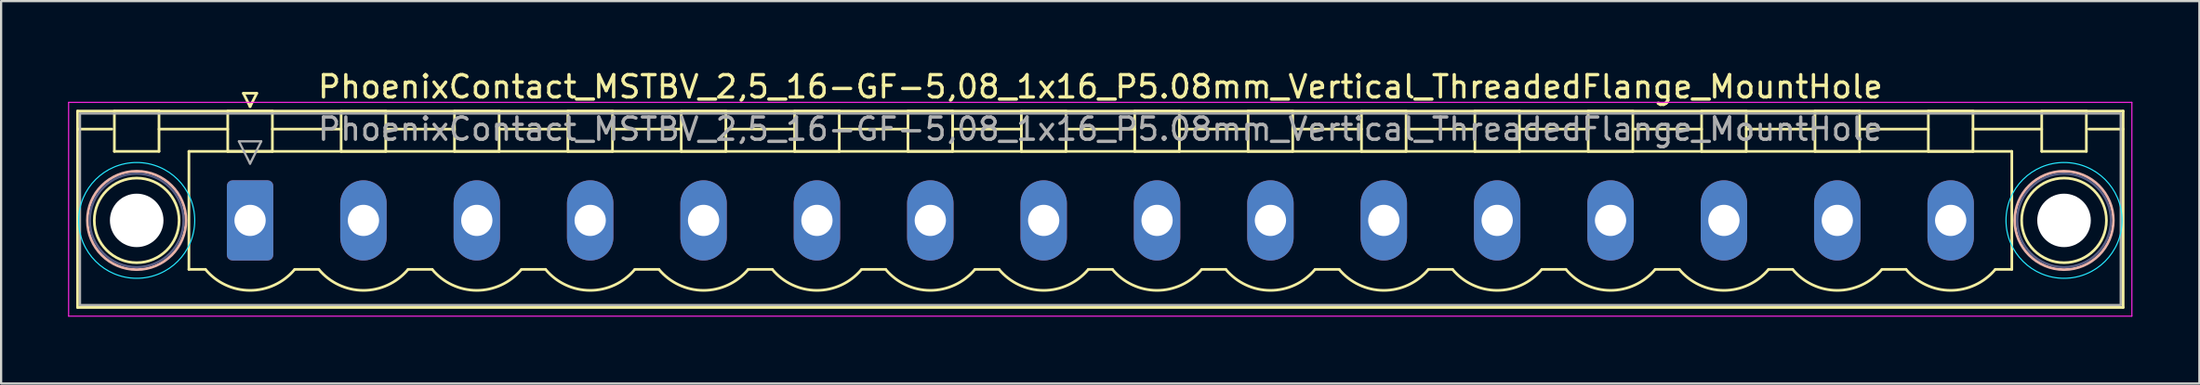
<source format=kicad_pcb>
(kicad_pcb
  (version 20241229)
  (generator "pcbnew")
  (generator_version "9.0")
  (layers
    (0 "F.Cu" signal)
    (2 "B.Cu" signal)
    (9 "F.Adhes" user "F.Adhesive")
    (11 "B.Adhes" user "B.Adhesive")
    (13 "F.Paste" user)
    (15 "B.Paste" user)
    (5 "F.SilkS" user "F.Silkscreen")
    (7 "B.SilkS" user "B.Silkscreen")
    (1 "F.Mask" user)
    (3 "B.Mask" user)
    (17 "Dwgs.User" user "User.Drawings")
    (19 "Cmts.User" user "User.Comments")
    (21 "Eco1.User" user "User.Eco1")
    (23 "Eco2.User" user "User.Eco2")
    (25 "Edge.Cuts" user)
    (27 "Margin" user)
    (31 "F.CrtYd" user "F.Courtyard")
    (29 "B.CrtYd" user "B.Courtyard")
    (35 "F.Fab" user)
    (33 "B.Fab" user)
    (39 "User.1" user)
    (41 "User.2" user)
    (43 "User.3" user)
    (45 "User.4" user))
  (footprint "PhoenixContact_MSTBV_2,5_16-GF-5,08_1x16_P5.08mm_Vertical_ThreadedFlange_MountHole"
    (layer "F.Cu")
    (at 8.155 6.848)
    (property "Reference" "PhoenixContact_MSTBV_2,5_16-GF-5,08_1x16_P5.08mm_Vertical_ThreadedFlange_MountHole" (at 38.1 -6 0) (layer "F.SilkS") (effects (font (size 1 1) (thickness 0.15))))
    (attr through_hole)
    (fp_line (start -7.73 -4.91) (end -7.73 3.91) (stroke (width 0.12) (type solid)) (layer "F.SilkS"))
    (fp_line (start -7.73 -4.1) (end -6.19 -4.1) (stroke (width 0.12) (type solid)) (layer "F.SilkS"))
    (fp_line (start -7.73 3.91) (end 83.93 3.91) (stroke (width 0.12) (type solid)) (layer "F.SilkS"))
    (fp_line (start -6.08 -4.91) (end -4.08 -4.91) (stroke (width 0.12) (type solid)) (layer "F.SilkS"))
    (fp_line (start -6.08 -3.1) (end -6.08 -4.91) (stroke (width 0.12) (type solid)) (layer "F.SilkS"))
    (fp_line (start -4.08 -4.91) (end -4.08 -3.1) (stroke (width 0.12) (type solid)) (layer "F.SilkS"))
    (fp_line (start -4.08 -4.1) (end -1 -4.1) (stroke (width 0.12) (type solid)) (layer "F.SilkS"))
    (fp_line (start -4.08 -3.1) (end -6.08 -3.1) (stroke (width 0.12) (type solid)) (layer "F.SilkS"))
    (fp_line (start -2.74 -3.1) (end 78.94 -3.1) (stroke (width 0.12) (type solid)) (layer "F.SilkS"))
    (fp_line (start -2.74 2.2) (end -2.74 -3.1) (stroke (width 0.12) (type solid)) (layer "F.SilkS"))
    (fp_line (start -2 2.2) (end -2.74 2.2) (stroke (width 0.12) (type solid)) (layer "F.SilkS"))
    (fp_line (start -1 -4.91) (end 1 -4.91) (stroke (width 0.12) (type solid)) (layer "F.SilkS"))
    (fp_line (start -1 -3.1) (end -1 -4.91) (stroke (width 0.12) (type solid)) (layer "F.SilkS"))
    (fp_line (start -0.3 -5.71) (end 0.3 -5.71) (stroke (width 0.12) (type solid)) (layer "F.SilkS"))
    (fp_line (start 0 -5.11) (end -0.3 -5.71) (stroke (width 0.12) (type solid)) (layer "F.SilkS"))
    (fp_line (start 0.3 -5.71) (end 0 -5.11) (stroke (width 0.12) (type solid)) (layer "F.SilkS"))
    (fp_line (start 1 -4.91) (end 1 -3.1) (stroke (width 0.12) (type solid)) (layer "F.SilkS"))
    (fp_line (start 1 -4.1) (end 4.08 -4.1) (stroke (width 0.12) (type solid)) (layer "F.SilkS"))
    (fp_line (start 1 -3.1) (end -1 -3.1) (stroke (width 0.12) (type solid)) (layer "F.SilkS"))
    (fp_line (start 2 2.2) (end 3.08 2.2) (stroke (width 0.12) (type solid)) (layer "F.SilkS"))
    (fp_line (start 4.08 -4.91) (end 6.08 -4.91) (stroke (width 0.12) (type solid)) (layer "F.SilkS"))
    (fp_line (start 4.08 -3.1) (end 4.08 -4.91) (stroke (width 0.12) (type solid)) (layer "F.SilkS"))
    (fp_line (start 6.08 -4.91) (end 6.08 -3.1) (stroke (width 0.12) (type solid)) (layer "F.SilkS"))
    (fp_line (start 6.08 -4.1) (end 9.16 -4.1) (stroke (width 0.12) (type solid)) (layer "F.SilkS"))
    (fp_line (start 6.08 -3.1) (end 4.08 -3.1) (stroke (width 0.12) (type solid)) (layer "F.SilkS"))
    (fp_line (start 7.08 2.2) (end 8.16 2.2) (stroke (width 0.12) (type solid)) (layer "F.SilkS"))
    (fp_line (start 9.16 -4.91) (end 11.16 -4.91) (stroke (width 0.12) (type solid)) (layer "F.SilkS"))
    (fp_line (start 9.16 -3.1) (end 9.16 -4.91) (stroke (width 0.12) (type solid)) (layer "F.SilkS"))
    (fp_line (start 11.16 -4.91) (end 11.16 -3.1) (stroke (width 0.12) (type solid)) (layer "F.SilkS"))
    (fp_line (start 11.16 -4.1) (end 14.24 -4.1) (stroke (width 0.12) (type solid)) (layer "F.SilkS"))
    (fp_line (start 11.16 -3.1) (end 9.16 -3.1) (stroke (width 0.12) (type solid)) (layer "F.SilkS"))
    (fp_line (start 12.16 2.2) (end 13.24 2.2) (stroke (width 0.12) (type solid)) (layer "F.SilkS"))
    (fp_line (start 14.24 -4.91) (end 16.24 -4.91) (stroke (width 0.12) (type solid)) (layer "F.SilkS"))
    (fp_line (start 14.24 -3.1) (end 14.24 -4.91) (stroke (width 0.12) (type solid)) (layer "F.SilkS"))
    (fp_line (start 16.24 -4.91) (end 16.24 -3.1) (stroke (width 0.12) (type solid)) (layer "F.SilkS"))
    (fp_line (start 16.24 -4.1) (end 19.32 -4.1) (stroke (width 0.12) (type solid)) (layer "F.SilkS"))
    (fp_line (start 16.24 -3.1) (end 14.24 -3.1) (stroke (width 0.12) (type solid)) (layer "F.SilkS"))
    (fp_line (start 17.24 2.2) (end 18.32 2.2) (stroke (width 0.12) (type solid)) (layer "F.SilkS"))
    (fp_line (start 19.32 -4.91) (end 21.32 -4.91) (stroke (width 0.12) (type solid)) (layer "F.SilkS"))
    (fp_line (start 19.32 -3.1) (end 19.32 -4.91) (stroke (width 0.12) (type solid)) (layer "F.SilkS"))
    (fp_line (start 21.32 -4.91) (end 21.32 -3.1) (stroke (width 0.12) (type solid)) (layer "F.SilkS"))
    (fp_line (start 21.32 -4.1) (end 24.4 -4.1) (stroke (width 0.12) (type solid)) (layer "F.SilkS"))
    (fp_line (start 21.32 -3.1) (end 19.32 -3.1) (stroke (width 0.12) (type solid)) (layer "F.SilkS"))
    (fp_line (start 22.32 2.2) (end 23.4 2.2) (stroke (width 0.12) (type solid)) (layer "F.SilkS"))
    (fp_line (start 24.4 -4.91) (end 26.4 -4.91) (stroke (width 0.12) (type solid)) (layer "F.SilkS"))
    (fp_line (start 24.4 -3.1) (end 24.4 -4.91) (stroke (width 0.12) (type solid)) (layer "F.SilkS"))
    (fp_line (start 26.4 -4.91) (end 26.4 -3.1) (stroke (width 0.12) (type solid)) (layer "F.SilkS"))
    (fp_line (start 26.4 -4.1) (end 29.48 -4.1) (stroke (width 0.12) (type solid)) (layer "F.SilkS"))
    (fp_line (start 26.4 -3.1) (end 24.4 -3.1) (stroke (width 0.12) (type solid)) (layer "F.SilkS"))
    (fp_line (start 27.4 2.2) (end 28.48 2.2) (stroke (width 0.12) (type solid)) (layer "F.SilkS"))
    (fp_line (start 29.48 -4.91) (end 31.48 -4.91) (stroke (width 0.12) (type solid)) (layer "F.SilkS"))
    (fp_line (start 29.48 -3.1) (end 29.48 -4.91) (stroke (width 0.12) (type solid)) (layer "F.SilkS"))
    (fp_line (start 31.48 -4.91) (end 31.48 -3.1) (stroke (width 0.12) (type solid)) (layer "F.SilkS"))
    (fp_line (start 31.48 -4.1) (end 34.56 -4.1) (stroke (width 0.12) (type solid)) (layer "F.SilkS"))
    (fp_line (start 31.48 -3.1) (end 29.48 -3.1) (stroke (width 0.12) (type solid)) (layer "F.SilkS"))
    (fp_line (start 32.48 2.2) (end 33.56 2.2) (stroke (width 0.12) (type solid)) (layer "F.SilkS"))
    (fp_line (start 34.56 -4.91) (end 36.56 -4.91) (stroke (width 0.12) (type solid)) (layer "F.SilkS"))
    (fp_line (start 34.56 -3.1) (end 34.56 -4.91) (stroke (width 0.12) (type solid)) (layer "F.SilkS"))
    (fp_line (start 36.56 -4.91) (end 36.56 -3.1) (stroke (width 0.12) (type solid)) (layer "F.SilkS"))
    (fp_line (start 36.56 -4.1) (end 39.64 -4.1) (stroke (width 0.12) (type solid)) (layer "F.SilkS"))
    (fp_line (start 36.56 -3.1) (end 34.56 -3.1) (stroke (width 0.12) (type solid)) (layer "F.SilkS"))
    (fp_line (start 37.56 2.2) (end 38.64 2.2) (stroke (width 0.12) (type solid)) (layer "F.SilkS"))
    (fp_line (start 39.64 -4.91) (end 41.64 -4.91) (stroke (width 0.12) (type solid)) (layer "F.SilkS"))
    (fp_line (start 39.64 -3.1) (end 39.64 -4.91) (stroke (width 0.12) (type solid)) (layer "F.SilkS"))
    (fp_line (start 41.64 -4.91) (end 41.64 -3.1) (stroke (width 0.12) (type solid)) (layer "F.SilkS"))
    (fp_line (start 41.64 -4.1) (end 44.72 -4.1) (stroke (width 0.12) (type solid)) (layer "F.SilkS"))
    (fp_line (start 41.64 -3.1) (end 39.64 -3.1) (stroke (width 0.12) (type solid)) (layer "F.SilkS"))
    (fp_line (start 42.64 2.2) (end 43.72 2.2) (stroke (width 0.12) (type solid)) (layer "F.SilkS"))
    (fp_line (start 44.72 -4.91) (end 46.72 -4.91) (stroke (width 0.12) (type solid)) (layer "F.SilkS"))
    (fp_line (start 44.72 -3.1) (end 44.72 -4.91) (stroke (width 0.12) (type solid)) (layer "F.SilkS"))
    (fp_line (start 46.72 -4.91) (end 46.72 -3.1) (stroke (width 0.12) (type solid)) (layer "F.SilkS"))
    (fp_line (start 46.72 -4.1) (end 49.8 -4.1) (stroke (width 0.12) (type solid)) (layer "F.SilkS"))
    (fp_line (start 46.72 -3.1) (end 44.72 -3.1) (stroke (width 0.12) (type solid)) (layer "F.SilkS"))
    (fp_line (start 47.72 2.2) (end 48.8 2.2) (stroke (width 0.12) (type solid)) (layer "F.SilkS"))
    (fp_line (start 49.8 -4.91) (end 51.8 -4.91) (stroke (width 0.12) (type solid)) (layer "F.SilkS"))
    (fp_line (start 49.8 -3.1) (end 49.8 -4.91) (stroke (width 0.12) (type solid)) (layer "F.SilkS"))
    (fp_line (start 51.8 -4.91) (end 51.8 -3.1) (stroke (width 0.12) (type solid)) (layer "F.SilkS"))
    (fp_line (start 51.8 -4.1) (end 54.88 -4.1) (stroke (width 0.12) (type solid)) (layer "F.SilkS"))
    (fp_line (start 51.8 -3.1) (end 49.8 -3.1) (stroke (width 0.12) (type solid)) (layer "F.SilkS"))
    (fp_line (start 52.8 2.2) (end 53.88 2.2) (stroke (width 0.12) (type solid)) (layer "F.SilkS"))
    (fp_line (start 54.88 -4.91) (end 56.88 -4.91) (stroke (width 0.12) (type solid)) (layer "F.SilkS"))
    (fp_line (start 54.88 -3.1) (end 54.88 -4.91) (stroke (width 0.12) (type solid)) (layer "F.SilkS"))
    (fp_line (start 56.88 -4.91) (end 56.88 -3.1) (stroke (width 0.12) (type solid)) (layer "F.SilkS"))
    (fp_line (start 56.88 -4.1) (end 59.96 -4.1) (stroke (width 0.12) (type solid)) (layer "F.SilkS"))
    (fp_line (start 56.88 -3.1) (end 54.88 -3.1) (stroke (width 0.12) (type solid)) (layer "F.SilkS"))
    (fp_line (start 57.88 2.2) (end 58.96 2.2) (stroke (width 0.12) (type solid)) (layer "F.SilkS"))
    (fp_line (start 59.96 -4.91) (end 61.96 -4.91) (stroke (width 0.12) (type solid)) (layer "F.SilkS"))
    (fp_line (start 59.96 -3.1) (end 59.96 -4.91) (stroke (width 0.12) (type solid)) (layer "F.SilkS"))
    (fp_line (start 61.96 -4.91) (end 61.96 -3.1) (stroke (width 0.12) (type solid)) (layer "F.SilkS"))
    (fp_line (start 61.96 -4.1) (end 65.04 -4.1) (stroke (width 0.12) (type solid)) (layer "F.SilkS"))
    (fp_line (start 61.96 -3.1) (end 59.96 -3.1) (stroke (width 0.12) (type solid)) (layer "F.SilkS"))
    (fp_line (start 62.96 2.2) (end 64.04 2.2) (stroke (width 0.12) (type solid)) (layer "F.SilkS"))
    (fp_line (start 65.04 -4.91) (end 67.04 -4.91) (stroke (width 0.12) (type solid)) (layer "F.SilkS"))
    (fp_line (start 65.04 -3.1) (end 65.04 -4.91) (stroke (width 0.12) (type solid)) (layer "F.SilkS"))
    (fp_line (start 67.04 -4.91) (end 67.04 -3.1) (stroke (width 0.12) (type solid)) (layer "F.SilkS"))
    (fp_line (start 67.04 -4.1) (end 70.12 -4.1) (stroke (width 0.12) (type solid)) (layer "F.SilkS"))
    (fp_line (start 67.04 -3.1) (end 65.04 -3.1) (stroke (width 0.12) (type solid)) (layer "F.SilkS"))
    (fp_line (start 68.04 2.2) (end 69.12 2.2) (stroke (width 0.12) (type solid)) (layer "F.SilkS"))
    (fp_line (start 70.12 -4.91) (end 72.12 -4.91) (stroke (width 0.12) (type solid)) (layer "F.SilkS"))
    (fp_line (start 70.12 -3.1) (end 70.12 -4.91) (stroke (width 0.12) (type solid)) (layer "F.SilkS"))
    (fp_line (start 72.12 -4.91) (end 72.12 -3.1) (stroke (width 0.12) (type solid)) (layer "F.SilkS"))
    (fp_line (start 72.12 -4.1) (end 75.2 -4.1) (stroke (width 0.12) (type solid)) (layer "F.SilkS"))
    (fp_line (start 72.12 -3.1) (end 70.12 -3.1) (stroke (width 0.12) (type solid)) (layer "F.SilkS"))
    (fp_line (start 73.12 2.2) (end 74.2 2.2) (stroke (width 0.12) (type solid)) (layer "F.SilkS"))
    (fp_line (start 75.2 -4.91) (end 77.2 -4.91) (stroke (width 0.12) (type solid)) (layer "F.SilkS"))
    (fp_line (start 75.2 -3.1) (end 75.2 -4.91) (stroke (width 0.12) (type solid)) (layer "F.SilkS"))
    (fp_line (start 77.2 -4.91) (end 77.2 -3.1) (stroke (width 0.12) (type solid)) (layer "F.SilkS"))
    (fp_line (start 77.2 -4.1) (end 80.28 -4.1) (stroke (width 0.12) (type solid)) (layer "F.SilkS"))
    (fp_line (start 77.2 -3.1) (end 75.2 -3.1) (stroke (width 0.12) (type solid)) (layer "F.SilkS"))
    (fp_line (start 78.94 -3.1) (end 78.94 2.2) (stroke (width 0.12) (type solid)) (layer "F.SilkS"))
    (fp_line (start 78.94 2.2) (end 78.2 2.2) (stroke (width 0.12) (type solid)) (layer "F.SilkS"))
    (fp_line (start 80.28 -4.91) (end 82.28 -4.91) (stroke (width 0.12) (type solid)) (layer "F.SilkS"))
    (fp_line (start 80.28 -3.1) (end 80.28 -4.91) (stroke (width 0.12) (type solid)) (layer "F.SilkS"))
    (fp_line (start 82.28 -4.91) (end 82.28 -3.1) (stroke (width 0.12) (type solid)) (layer "F.SilkS"))
    (fp_line (start 82.28 -3.1) (end 80.28 -3.1) (stroke (width 0.12) (type solid)) (layer "F.SilkS"))
    (fp_line (start 83.93 -4.91) (end -7.73 -4.91) (stroke (width 0.12) (type solid)) (layer "F.SilkS"))
    (fp_line (start 83.93 -4.1) (end 82.39 -4.1) (stroke (width 0.12) (type solid)) (layer "F.SilkS"))
    (fp_line (start 83.93 3.91) (end 83.93 -4.91) (stroke (width 0.12) (type solid)) (layer "F.SilkS"))
    (fp_arc (start 1.986842 2.215821) (mid -0.010289 3.142758) (end -2 2.2) (stroke (width 0.12) (type solid)) (layer "F.SilkS"))
    (fp_arc (start 7.066842 2.215821) (mid 5.069711 3.142758) (end 3.08 2.2) (stroke (width 0.12) (type solid)) (layer "F.SilkS"))
    (fp_arc (start 12.146842 2.215821) (mid 10.149711 3.142758) (end 8.16 2.2) (stroke (width 0.12) (type solid)) (layer "F.SilkS"))
    (fp_arc (start 17.226842 2.215821) (mid 15.229711 3.142758) (end 13.24 2.2) (stroke (width 0.12) (type solid)) (layer "F.SilkS"))
    (fp_arc (start 22.306842 2.215821) (mid 20.309711 3.142758) (end 18.32 2.2) (stroke (width 0.12) (type solid)) (layer "F.SilkS"))
    (fp_arc (start 27.386842 2.215821) (mid 25.389711 3.142758) (end 23.4 2.2) (stroke (width 0.12) (type solid)) (layer "F.SilkS"))
    (fp_arc (start 32.466842 2.215821) (mid 30.469711 3.142758) (end 28.48 2.2) (stroke (width 0.12) (type solid)) (layer "F.SilkS"))
    (fp_arc (start 37.546842 2.215821) (mid 35.549711 3.142758) (end 33.56 2.2) (stroke (width 0.12) (type solid)) (layer "F.SilkS"))
    (fp_arc (start 42.626842 2.215821) (mid 40.629711 3.142758) (end 38.64 2.2) (stroke (width 0.12) (type solid)) (layer "F.SilkS"))
    (fp_arc (start 47.706842 2.215821) (mid 45.709711 3.142758) (end 43.72 2.2) (stroke (width 0.12) (type solid)) (layer "F.SilkS"))
    (fp_arc (start 52.786842 2.215821) (mid 50.789711 3.142758) (end 48.8 2.2) (stroke (width 0.12) (type solid)) (layer "F.SilkS"))
    (fp_arc (start 57.866842 2.215821) (mid 55.869711 3.142758) (end 53.88 2.2) (stroke (width 0.12) (type solid)) (layer "F.SilkS"))
    (fp_arc (start 62.946842 2.215821) (mid 60.949711 3.142758) (end 58.96 2.2) (stroke (width 0.12) (type solid)) (layer "F.SilkS"))
    (fp_arc (start 68.026842 2.215821) (mid 66.029711 3.142758) (end 64.04 2.2) (stroke (width 0.12) (type solid)) (layer "F.SilkS"))
    (fp_arc (start 73.106842 2.215821) (mid 71.109711 3.142758) (end 69.12 2.2) (stroke (width 0.12) (type solid)) (layer "F.SilkS"))
    (fp_arc (start 78.186842 2.215821) (mid 76.189711 3.142758) (end 74.2 2.2) (stroke (width 0.12) (type solid)) (layer "F.SilkS"))
    (fp_circle (center -5.08 0) (end -3.18 0) (stroke (width 0.12) (type solid)) (fill no) (layer "F.SilkS"))
    (fp_circle (center 81.28 0) (end 83.18 0) (stroke (width 0.12) (type solid)) (fill no) (layer "F.SilkS"))
    (fp_circle (center -5.08 0) (end -2.87 0) (stroke (width 0.12) (type solid)) (fill no) (layer "B.SilkS"))
    (fp_circle (center 81.28 0) (end 83.49 0) (stroke (width 0.12) (type solid)) (fill no) (layer "B.SilkS"))
    (fp_circle (center -5.08 0) (end -2.48 0) (stroke (width 0.05) (type solid)) (fill no) (layer "B.CrtYd"))
    (fp_circle (center 81.28 0) (end 83.88 0) (stroke (width 0.05) (type solid)) (fill no) (layer "B.CrtYd"))
    (fp_line (start -8.13 -5.3) (end -8.13 4.3) (stroke (width 0.05) (type solid)) (layer "F.CrtYd"))
    (fp_line (start -8.13 4.3) (end 84.32 4.3) (stroke (width 0.05) (type solid)) (layer "F.CrtYd"))
    (fp_line (start 84.32 -5.3) (end -8.13 -5.3) (stroke (width 0.05) (type solid)) (layer "F.CrtYd"))
    (fp_line (start 84.32 4.3) (end 84.32 -5.3) (stroke (width 0.05) (type solid)) (layer "F.CrtYd"))
    (fp_circle (center -5.08 0) (end -2.98 0) (stroke (width 0.1) (type solid)) (fill no) (layer "B.Fab"))
    (fp_circle (center 81.28 0) (end 83.38 0) (stroke (width 0.1) (type solid)) (fill no) (layer "B.Fab"))
    (fp_line (start -7.62 -4.8) (end -7.62 3.8) (stroke (width 0.1) (type solid)) (layer "F.Fab"))
    (fp_line (start -7.62 3.8) (end 83.82 3.8) (stroke (width 0.1) (type solid)) (layer "F.Fab"))
    (fp_line (start -0.5 -3.55) (end 0.5 -3.55) (stroke (width 0.1) (type solid)) (layer "F.Fab"))
    (fp_line (start 0 -2.55) (end -0.5 -3.55) (stroke (width 0.1) (type solid)) (layer "F.Fab"))
    (fp_line (start 0.5 -3.55) (end 0 -2.55) (stroke (width 0.1) (type solid)) (layer "F.Fab"))
    (fp_line (start 83.82 -4.8) (end -7.62 -4.8) (stroke (width 0.1) (type solid)) (layer "F.Fab"))
    (fp_line (start 83.82 3.8) (end 83.82 -4.8) (stroke (width 0.1) (type solid)) (layer "F.Fab"))
    (fp_text user "${REFERENCE}" (at 38.1 -4.1 0) (layer "F.Fab") (effects (font (size 1 1) (thickness 0.15))))
    (pad "" np_thru_hole circle (at -5.08 0) (size 2.4 2.4) (drill 2.4) (layers "*.Cu" "*.Mask"))
    (pad "" np_thru_hole circle (at 81.28 0) (size 2.4 2.4) (drill 2.4) (layers "*.Cu" "*.Mask"))
    (pad "1" thru_hole roundrect (at 0 0) (size 2.08 3.6) (drill 1.4) (layers "*.Cu" "*.Mask") (roundrect_rratio 0.12))
    (pad "2" thru_hole oval (at 5.08 0) (size 2.08 3.6) (drill 1.4) (layers "*.Cu" "*.Mask"))
    (pad "3" thru_hole oval (at 10.16 0) (size 2.08 3.6) (drill 1.4) (layers "*.Cu" "*.Mask"))
    (pad "4" thru_hole oval (at 15.24 0) (size 2.08 3.6) (drill 1.4) (layers "*.Cu" "*.Mask"))
    (pad "5" thru_hole oval (at 20.32 0) (size 2.08 3.6) (drill 1.4) (layers "*.Cu" "*.Mask"))
    (pad "6" thru_hole oval (at 25.4 0) (size 2.08 3.6) (drill 1.4) (layers "*.Cu" "*.Mask"))
    (pad "7" thru_hole oval (at 30.48 0) (size 2.08 3.6) (drill 1.4) (layers "*.Cu" "*.Mask"))
    (pad "8" thru_hole oval (at 35.56 0) (size 2.08 3.6) (drill 1.4) (layers "*.Cu" "*.Mask"))
    (pad "9" thru_hole oval (at 40.64 0) (size 2.08 3.6) (drill 1.4) (layers "*.Cu" "*.Mask"))
    (pad "10" thru_hole oval (at 45.72 0) (size 2.08 3.6) (drill 1.4) (layers "*.Cu" "*.Mask"))
    (pad "11" thru_hole oval (at 50.8 0) (size 2.08 3.6) (drill 1.4) (layers "*.Cu" "*.Mask"))
    (pad "12" thru_hole oval (at 55.88 0) (size 2.08 3.6) (drill 1.4) (layers "*.Cu" "*.Mask"))
    (pad "13" thru_hole oval (at 60.96 0) (size 2.08 3.6) (drill 1.4) (layers "*.Cu" "*.Mask"))
    (pad "14" thru_hole oval (at 66.04 0) (size 2.08 3.6) (drill 1.4) (layers "*.Cu" "*.Mask"))
    (pad "15" thru_hole oval (at 71.12 0) (size 2.08 3.6) (drill 1.4) (layers "*.Cu" "*.Mask"))
    (pad "16" thru_hole oval (at 76.2 0) (size 2.08 3.6) (drill 1.4) (layers "*.Cu" "*.Mask")))
  (gr_rect
    (start -3 -3)
    (end 95.5 14.173)
    (stroke (width 0.1) (type default))
    (fill no)
    (layer "Edge.Cuts")))
</source>
